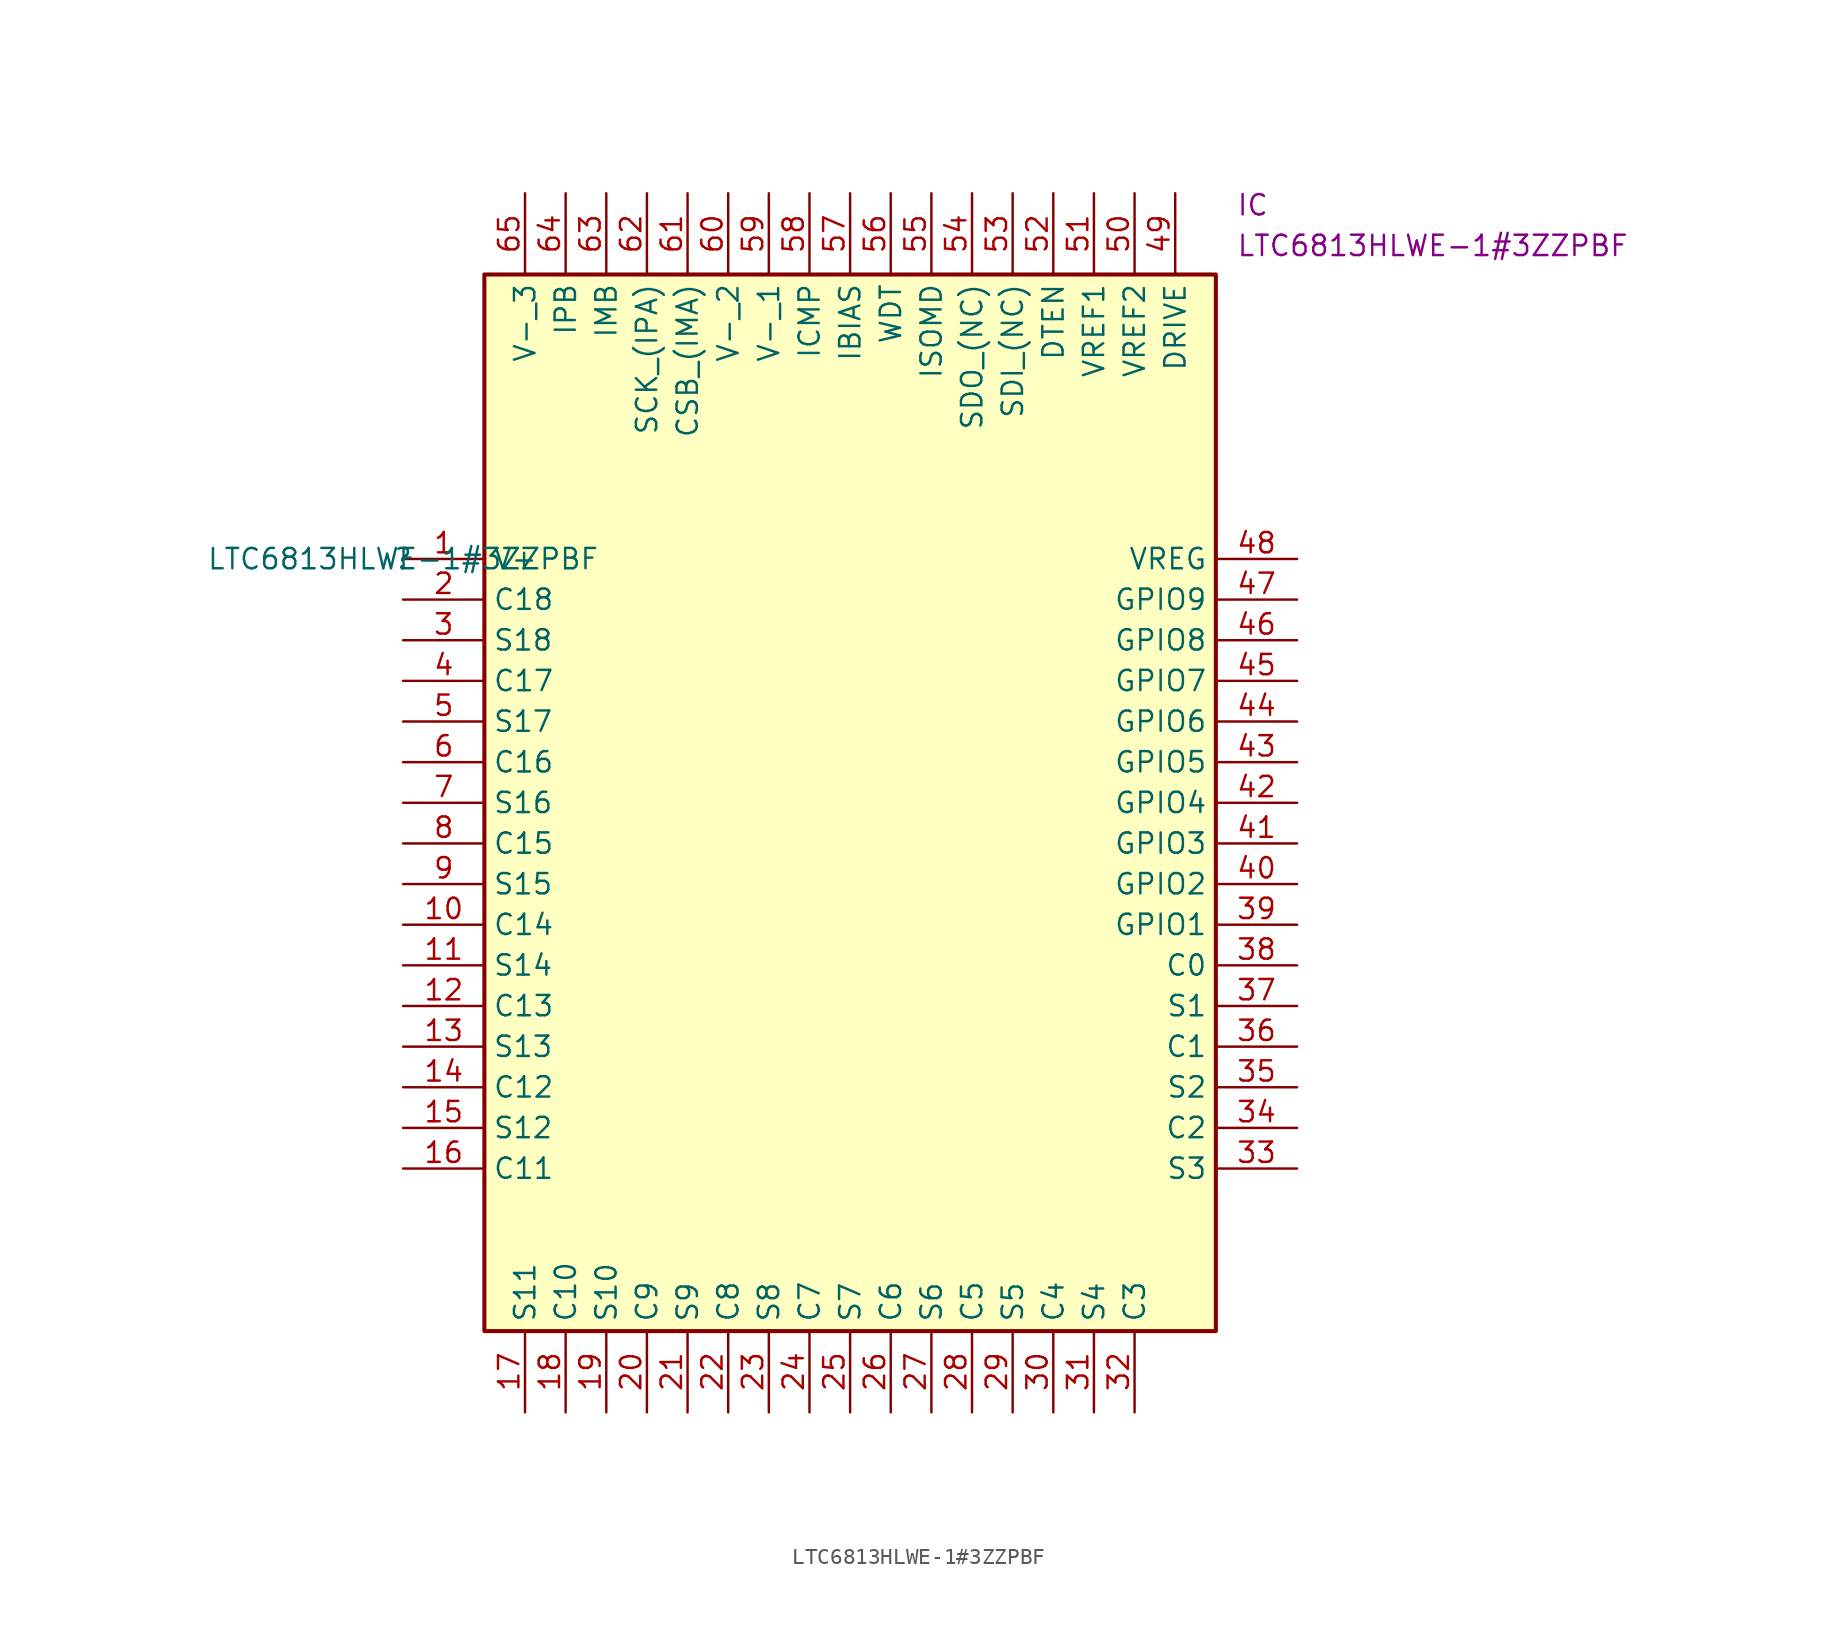
<source format=kicad_sym>
(kicad_symbol_lib
  (version 20220914)
  (generator kicad_symbol_editor)
  (symbol "LTC6813HLWE-1#3ZZPBF"
    (property "Reference" ""
      (at 0 0 0)
      (effects (font (size 1.27 1.27))))
    (property "Value" "LTC6813HLWE-1#3ZZPBF"
      (at 0 0 0)
      (effects (font (size 1.27 1.27))))
    (property "Reference_1" "IC"
      (at 52.07 22.86 0)
      (effects (font (size 1.27 1.27)) (justify left top)))
    (property "Value_1" "LTC6813HLWE-1#3ZZPBF"
      (at 52.07 20.32 0)
      (effects (font (size 1.27 1.27)) (justify left top)))
    (symbol "LTC6813HLWE-1#3ZZPBF_1_1"
      (rectangle (start 5.08 17.78) (end 50.8 -48.26) (stroke (width 0.254) (type default)) (fill (type background)))
      (pin passive line (at 0 0 0) (length 5.08) (name "V+" (effects (font (size 1.27 1.27)))) (number "1" (effects (font (size 1.27 1.27)))))
      (pin passive line (at 0 -22.86 0) (length 5.08) (name "C14" (effects (font (size 1.27 1.27)))) (number "10" (effects (font (size 1.27 1.27)))))
      (pin passive line (at 0 -25.4 0) (length 5.08) (name "S14" (effects (font (size 1.27 1.27)))) (number "11" (effects (font (size 1.27 1.27)))))
      (pin passive line (at 0 -27.94 0) (length 5.08) (name "C13" (effects (font (size 1.27 1.27)))) (number "12" (effects (font (size 1.27 1.27)))))
      (pin passive line (at 0 -30.48 0) (length 5.08) (name "S13" (effects (font (size 1.27 1.27)))) (number "13" (effects (font (size 1.27 1.27)))))
      (pin passive line (at 0 -33.02 0) (length 5.08) (name "C12" (effects (font (size 1.27 1.27)))) (number "14" (effects (font (size 1.27 1.27)))))
      (pin passive line (at 0 -35.56 0) (length 5.08) (name "S12" (effects (font (size 1.27 1.27)))) (number "15" (effects (font (size 1.27 1.27)))))
      (pin passive line (at 0 -38.1 0) (length 5.08) (name "C11" (effects (font (size 1.27 1.27)))) (number "16" (effects (font (size 1.27 1.27)))))
      (pin passive line (at 7.62 -53.34 90) (length 5.08) (name "S11" (effects (font (size 1.27 1.27)))) (number "17" (effects (font (size 1.27 1.27)))))
      (pin passive line (at 10.16 -53.34 90) (length 5.08) (name "C10" (effects (font (size 1.27 1.27)))) (number "18" (effects (font (size 1.27 1.27)))))
      (pin passive line (at 12.7 -53.34 90) (length 5.08) (name "S10" (effects (font (size 1.27 1.27)))) (number "19" (effects (font (size 1.27 1.27)))))
      (pin passive line (at 0 -2.54 0) (length 5.08) (name "C18" (effects (font (size 1.27 1.27)))) (number "2" (effects (font (size 1.27 1.27)))))
      (pin passive line (at 15.24 -53.34 90) (length 5.08) (name "C9" (effects (font (size 1.27 1.27)))) (number "20" (effects (font (size 1.27 1.27)))))
      (pin passive line (at 17.78 -53.34 90) (length 5.08) (name "S9" (effects (font (size 1.27 1.27)))) (number "21" (effects (font (size 1.27 1.27)))))
      (pin passive line (at 20.32 -53.34 90) (length 5.08) (name "C8" (effects (font (size 1.27 1.27)))) (number "22" (effects (font (size 1.27 1.27)))))
      (pin passive line (at 22.86 -53.34 90) (length 5.08) (name "S8" (effects (font (size 1.27 1.27)))) (number "23" (effects (font (size 1.27 1.27)))))
      (pin passive line (at 25.4 -53.34 90) (length 5.08) (name "C7" (effects (font (size 1.27 1.27)))) (number "24" (effects (font (size 1.27 1.27)))))
      (pin passive line (at 27.94 -53.34 90) (length 5.08) (name "S7" (effects (font (size 1.27 1.27)))) (number "25" (effects (font (size 1.27 1.27)))))
      (pin passive line (at 30.48 -53.34 90) (length 5.08) (name "C6" (effects (font (size 1.27 1.27)))) (number "26" (effects (font (size 1.27 1.27)))))
      (pin passive line (at 33.02 -53.34 90) (length 5.08) (name "S6" (effects (font (size 1.27 1.27)))) (number "27" (effects (font (size 1.27 1.27)))))
      (pin passive line (at 35.56 -53.34 90) (length 5.08) (name "C5" (effects (font (size 1.27 1.27)))) (number "28" (effects (font (size 1.27 1.27)))))
      (pin passive line (at 38.1 -53.34 90) (length 5.08) (name "S5" (effects (font (size 1.27 1.27)))) (number "29" (effects (font (size 1.27 1.27)))))
      (pin passive line (at 0 -5.08 0) (length 5.08) (name "S18" (effects (font (size 1.27 1.27)))) (number "3" (effects (font (size 1.27 1.27)))))
      (pin passive line (at 40.64 -53.34 90) (length 5.08) (name "C4" (effects (font (size 1.27 1.27)))) (number "30" (effects (font (size 1.27 1.27)))))
      (pin passive line (at 43.18 -53.34 90) (length 5.08) (name "S4" (effects (font (size 1.27 1.27)))) (number "31" (effects (font (size 1.27 1.27)))))
      (pin passive line (at 45.72 -53.34 90) (length 5.08) (name "C3" (effects (font (size 1.27 1.27)))) (number "32" (effects (font (size 1.27 1.27)))))
      (pin passive line (at 55.88 -38.1 180) (length 5.08) (name "S3" (effects (font (size 1.27 1.27)))) (number "33" (effects (font (size 1.27 1.27)))))
      (pin passive line (at 55.88 -35.56 180) (length 5.08) (name "C2" (effects (font (size 1.27 1.27)))) (number "34" (effects (font (size 1.27 1.27)))))
      (pin passive line (at 55.88 -33.02 180) (length 5.08) (name "S2" (effects (font (size 1.27 1.27)))) (number "35" (effects (font (size 1.27 1.27)))))
      (pin passive line (at 55.88 -30.48 180) (length 5.08) (name "C1" (effects (font (size 1.27 1.27)))) (number "36" (effects (font (size 1.27 1.27)))))
      (pin passive line (at 55.88 -27.94 180) (length 5.08) (name "S1" (effects (font (size 1.27 1.27)))) (number "37" (effects (font (size 1.27 1.27)))))
      (pin passive line (at 55.88 -25.4 180) (length 5.08) (name "C0" (effects (font (size 1.27 1.27)))) (number "38" (effects (font (size 1.27 1.27)))))
      (pin passive line (at 55.88 -22.86 180) (length 5.08) (name "GPIO1" (effects (font (size 1.27 1.27)))) (number "39" (effects (font (size 1.27 1.27)))))
      (pin passive line (at 0 -7.62 0) (length 5.08) (name "C17" (effects (font (size 1.27 1.27)))) (number "4" (effects (font (size 1.27 1.27)))))
      (pin passive line (at 55.88 -20.32 180) (length 5.08) (name "GPIO2" (effects (font (size 1.27 1.27)))) (number "40" (effects (font (size 1.27 1.27)))))
      (pin passive line (at 55.88 -17.78 180) (length 5.08) (name "GPIO3" (effects (font (size 1.27 1.27)))) (number "41" (effects (font (size 1.27 1.27)))))
      (pin passive line (at 55.88 -15.24 180) (length 5.08) (name "GPIO4" (effects (font (size 1.27 1.27)))) (number "42" (effects (font (size 1.27 1.27)))))
      (pin passive line (at 55.88 -12.7 180) (length 5.08) (name "GPIO5" (effects (font (size 1.27 1.27)))) (number "43" (effects (font (size 1.27 1.27)))))
      (pin passive line (at 55.88 -10.16 180) (length 5.08) (name "GPIO6" (effects (font (size 1.27 1.27)))) (number "44" (effects (font (size 1.27 1.27)))))
      (pin passive line (at 55.88 -7.62 180) (length 5.08) (name "GPIO7" (effects (font (size 1.27 1.27)))) (number "45" (effects (font (size 1.27 1.27)))))
      (pin passive line (at 55.88 -5.08 180) (length 5.08) (name "GPIO8" (effects (font (size 1.27 1.27)))) (number "46" (effects (font (size 1.27 1.27)))))
      (pin passive line (at 55.88 -2.54 180) (length 5.08) (name "GPIO9" (effects (font (size 1.27 1.27)))) (number "47" (effects (font (size 1.27 1.27)))))
      (pin passive line (at 55.88 0 180) (length 5.08) (name "VREG" (effects (font (size 1.27 1.27)))) (number "48" (effects (font (size 1.27 1.27)))))
      (pin passive line (at 48.26 22.86 270) (length 5.08) (name "DRIVE" (effects (font (size 1.27 1.27)))) (number "49" (effects (font (size 1.27 1.27)))))
      (pin passive line (at 0 -10.16 0) (length 5.08) (name "S17" (effects (font (size 1.27 1.27)))) (number "5" (effects (font (size 1.27 1.27)))))
      (pin passive line (at 45.72 22.86 270) (length 5.08) (name "VREF2" (effects (font (size 1.27 1.27)))) (number "50" (effects (font (size 1.27 1.27)))))
      (pin passive line (at 43.18 22.86 270) (length 5.08) (name "VREF1" (effects (font (size 1.27 1.27)))) (number "51" (effects (font (size 1.27 1.27)))))
      (pin passive line (at 40.64 22.86 270) (length 5.08) (name "DTEN" (effects (font (size 1.27 1.27)))) (number "52" (effects (font (size 1.27 1.27)))))
      (pin passive line (at 38.1 22.86 270) (length 5.08) (name "SDI_(NC)" (effects (font (size 1.27 1.27)))) (number "53" (effects (font (size 1.27 1.27)))))
      (pin passive line (at 35.56 22.86 270) (length 5.08) (name "SDO_(NC)" (effects (font (size 1.27 1.27)))) (number "54" (effects (font (size 1.27 1.27)))))
      (pin passive line (at 33.02 22.86 270) (length 5.08) (name "ISOMD" (effects (font (size 1.27 1.27)))) (number "55" (effects (font (size 1.27 1.27)))))
      (pin passive line (at 30.48 22.86 270) (length 5.08) (name "WDT" (effects (font (size 1.27 1.27)))) (number "56" (effects (font (size 1.27 1.27)))))
      (pin passive line (at 27.94 22.86 270) (length 5.08) (name "IBIAS" (effects (font (size 1.27 1.27)))) (number "57" (effects (font (size 1.27 1.27)))))
      (pin passive line (at 25.4 22.86 270) (length 5.08) (name "ICMP" (effects (font (size 1.27 1.27)))) (number "58" (effects (font (size 1.27 1.27)))))
      (pin passive line (at 22.86 22.86 270) (length 5.08) (name "V-_1" (effects (font (size 1.27 1.27)))) (number "59" (effects (font (size 1.27 1.27)))))
      (pin passive line (at 0 -12.7 0) (length 5.08) (name "C16" (effects (font (size 1.27 1.27)))) (number "6" (effects (font (size 1.27 1.27)))))
      (pin passive line (at 20.32 22.86 270) (length 5.08) (name "V-_2" (effects (font (size 1.27 1.27)))) (number "60" (effects (font (size 1.27 1.27)))))
      (pin passive line (at 17.78 22.86 270) (length 5.08) (name "CSB_(IMA)" (effects (font (size 1.27 1.27)))) (number "61" (effects (font (size 1.27 1.27)))))
      (pin passive line (at 15.24 22.86 270) (length 5.08) (name "SCK_(IPA)" (effects (font (size 1.27 1.27)))) (number "62" (effects (font (size 1.27 1.27)))))
      (pin passive line (at 12.7 22.86 270) (length 5.08) (name "IMB" (effects (font (size 1.27 1.27)))) (number "63" (effects (font (size 1.27 1.27)))))
      (pin passive line (at 10.16 22.86 270) (length 5.08) (name "IPB" (effects (font (size 1.27 1.27)))) (number "64" (effects (font (size 1.27 1.27)))))
      (pin passive line (at 7.62 22.86 270) (length 5.08) (name "V-_3" (effects (font (size 1.27 1.27)))) (number "65" (effects (font (size 1.27 1.27)))))
      (pin passive line (at 0 -15.24 0) (length 5.08) (name "S16" (effects (font (size 1.27 1.27)))) (number "7" (effects (font (size 1.27 1.27)))))
      (pin passive line (at 0 -17.78 0) (length 5.08) (name "C15" (effects (font (size 1.27 1.27)))) (number "8" (effects (font (size 1.27 1.27)))))
      (pin passive line (at 0 -20.32 0) (length 5.08) (name "S15" (effects (font (size 1.27 1.27)))) (number "9" (effects (font (size 1.27 1.27))))))))
</source>
